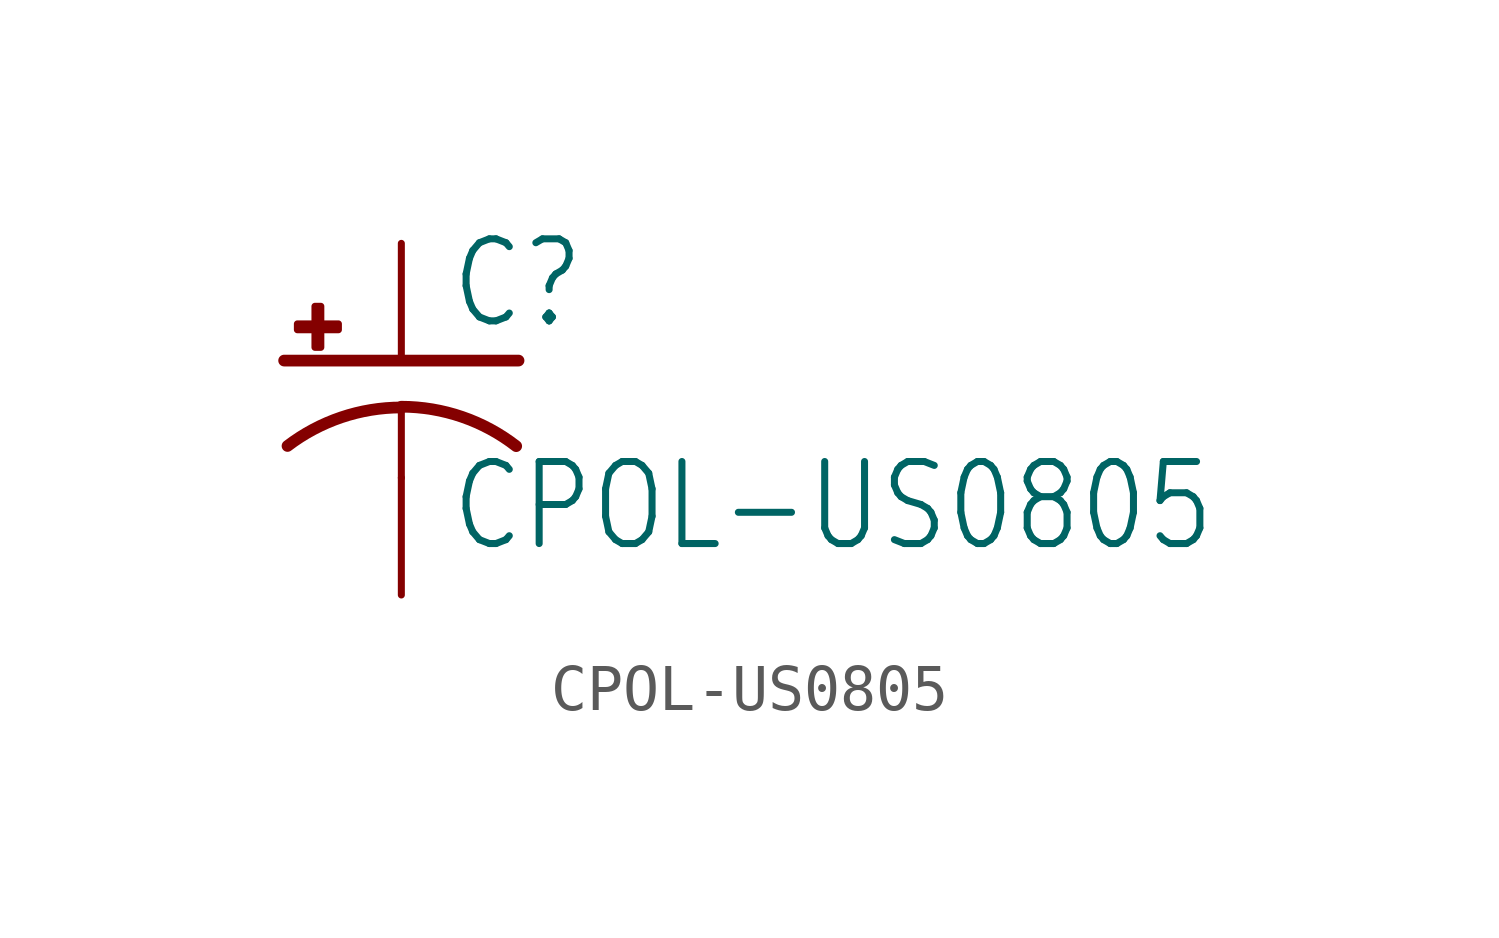
<source format=kicad_sym>
(kicad_symbol_lib
  (version 20211014)
  (generator kicad_symbol_editor)
  (symbol "CPOL-US0805"
    (property "Reference" "C"
      (at 1.016 0.635 0)
      (effects (font (size 1.778 1.511)) (justify left bottom)))
    (property "Value" "CPOL-US0805"
      (at 1.016 -4.191 0)
      (effects (font (size 1.778 1.511)) (justify left bottom)))
    (property "ki_locked" ""
      (at 0 0 0)
      (effects (font (size 1.27 1.27))))
    (symbol "CPOL-US0805_1_0"
      (rectangle (start -2.253 0.668) (end -1.364 0.795) (stroke (width 0) (type default) (color 0 0 0 0)) (fill (type outline)))
      (rectangle (start -1.872 0.287) (end -1.745 1.176) (stroke (width 0) (type default) (color 0 0 0 0)) (fill (type outline)))
      (arc (start 0 -1.0161) (mid -1.3021 -1.2302) (end -2.4669 -1.8504) (stroke (width 0.254) (type default) (color 0 0 0 0)) (fill (type none)))
      (polyline (pts (xy -2.54 0) (xy 2.54 0)) (stroke (width 0.254) (type default) (color 0 0 0 0)) (fill (type none)))
      (polyline (pts (xy 0 -1.016) (xy 0 -2.54)) (stroke (width 0.152) (type default) (color 0 0 0 0)) (fill (type none)))
      (arc (start 2.4892 -1.8542) (mid 1.3158 -1.2195) (end 0 -1) (stroke (width 0.254) (type default) (color 0 0 0 0)) (fill (type none)))
      (pin passive line (at 0 2.54 270) (length 2.54) (name "+" (effects (font (size 0 0)))) (number "P$1_A" (effects (font (size 0 0)))))
      (pin passive line (at 0 -5.08 90) (length 2.54) (name "-" (effects (font (size 0 0)))) (number "P$2_C" (effects (font (size 0 0))))))))
</source>
